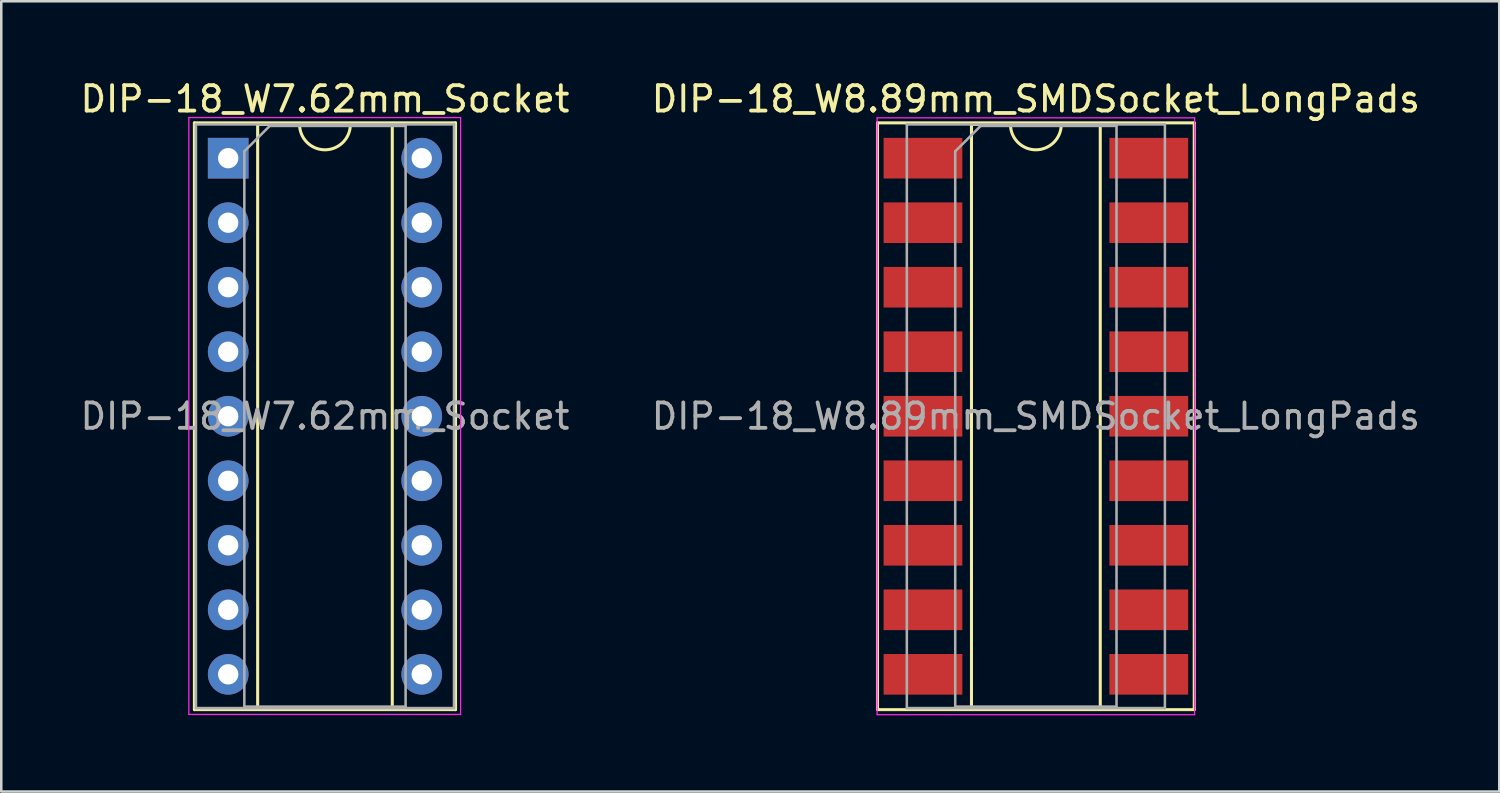
<source format=kicad_pcb>
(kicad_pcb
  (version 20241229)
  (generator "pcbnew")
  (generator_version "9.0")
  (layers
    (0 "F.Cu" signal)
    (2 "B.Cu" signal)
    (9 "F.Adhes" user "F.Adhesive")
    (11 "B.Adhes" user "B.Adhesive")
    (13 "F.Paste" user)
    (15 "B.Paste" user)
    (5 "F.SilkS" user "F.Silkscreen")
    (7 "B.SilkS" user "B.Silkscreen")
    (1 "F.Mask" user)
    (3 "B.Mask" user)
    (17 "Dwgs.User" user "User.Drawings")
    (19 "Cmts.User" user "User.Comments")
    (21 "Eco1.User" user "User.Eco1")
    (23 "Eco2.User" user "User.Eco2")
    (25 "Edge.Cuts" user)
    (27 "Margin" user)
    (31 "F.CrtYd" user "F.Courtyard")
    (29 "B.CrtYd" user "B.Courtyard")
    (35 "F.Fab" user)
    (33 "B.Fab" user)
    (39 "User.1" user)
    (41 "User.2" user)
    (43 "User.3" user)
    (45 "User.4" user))
  (footprint "DIP-18_W7.62mm_Socket"
    (layer "F.Cu")
    (at 5.934 3.178)
    (property "Reference" "DIP-18_W7.62mm_Socket" (at 3.81 -2.33 0) (layer "F.SilkS") (effects (font (size 1 1) (thickness 0.15))))
    (attr through_hole)
    (fp_line (start -1.33 -1.39) (end -1.33 21.71) (stroke (width 0.12) (type solid)) (layer "F.SilkS"))
    (fp_line (start -1.33 21.71) (end 8.95 21.71) (stroke (width 0.12) (type solid)) (layer "F.SilkS"))
    (fp_line (start 1.16 -1.33) (end 1.16 21.65) (stroke (width 0.12) (type solid)) (layer "F.SilkS"))
    (fp_line (start 1.16 21.65) (end 6.46 21.65) (stroke (width 0.12) (type solid)) (layer "F.SilkS"))
    (fp_line (start 2.81 -1.33) (end 1.16 -1.33) (stroke (width 0.12) (type solid)) (layer "F.SilkS"))
    (fp_line (start 6.46 -1.33) (end 4.81 -1.33) (stroke (width 0.12) (type solid)) (layer "F.SilkS"))
    (fp_line (start 6.46 21.65) (end 6.46 -1.33) (stroke (width 0.12) (type solid)) (layer "F.SilkS"))
    (fp_line (start 8.95 -1.39) (end -1.33 -1.39) (stroke (width 0.12) (type solid)) (layer "F.SilkS"))
    (fp_line (start 8.95 21.71) (end 8.95 -1.39) (stroke (width 0.12) (type solid)) (layer "F.SilkS"))
    (fp_arc (start 4.81 -1.33) (mid 3.81 -0.33) (end 2.81 -1.33) (stroke (width 0.12) (type solid)) (layer "F.SilkS"))
    (fp_line (start -1.55 -1.6) (end -1.55 21.9) (stroke (width 0.05) (type solid)) (layer "F.CrtYd"))
    (fp_line (start -1.55 21.9) (end 9.15 21.9) (stroke (width 0.05) (type solid)) (layer "F.CrtYd"))
    (fp_line (start 9.15 -1.6) (end -1.55 -1.6) (stroke (width 0.05) (type solid)) (layer "F.CrtYd"))
    (fp_line (start 9.15 21.9) (end 9.15 -1.6) (stroke (width 0.05) (type solid)) (layer "F.CrtYd"))
    (fp_line (start -1.27 -1.33) (end -1.27 21.65) (stroke (width 0.1) (type solid)) (layer "F.Fab"))
    (fp_line (start -1.27 21.65) (end 8.89 21.65) (stroke (width 0.1) (type solid)) (layer "F.Fab"))
    (fp_line (start 0.635 -0.27) (end 1.635 -1.27) (stroke (width 0.1) (type solid)) (layer "F.Fab"))
    (fp_line (start 0.635 21.59) (end 0.635 -0.27) (stroke (width 0.1) (type solid)) (layer "F.Fab"))
    (fp_line (start 1.635 -1.27) (end 6.985 -1.27) (stroke (width 0.1) (type solid)) (layer "F.Fab"))
    (fp_line (start 6.985 -1.27) (end 6.985 21.59) (stroke (width 0.1) (type solid)) (layer "F.Fab"))
    (fp_line (start 6.985 21.59) (end 0.635 21.59) (stroke (width 0.1) (type solid)) (layer "F.Fab"))
    (fp_line (start 8.89 -1.33) (end -1.27 -1.33) (stroke (width 0.1) (type solid)) (layer "F.Fab"))
    (fp_line (start 8.89 21.65) (end 8.89 -1.33) (stroke (width 0.1) (type solid)) (layer "F.Fab"))
    (fp_text user "${REFERENCE}" (at 3.81 10.16 0) (layer "F.Fab") (effects (font (size 1 1) (thickness 0.15))))
    (pad "1" thru_hole rect (at 0 0) (size 1.6 1.6) (drill 0.8) (layers "*.Cu" "*.Mask"))
    (pad "2" thru_hole oval (at 0 2.54) (size 1.6 1.6) (drill 0.8) (layers "*.Cu" "*.Mask"))
    (pad "3" thru_hole oval (at 0 5.08) (size 1.6 1.6) (drill 0.8) (layers "*.Cu" "*.Mask"))
    (pad "4" thru_hole oval (at 0 7.62) (size 1.6 1.6) (drill 0.8) (layers "*.Cu" "*.Mask"))
    (pad "5" thru_hole oval (at 0 10.16) (size 1.6 1.6) (drill 0.8) (layers "*.Cu" "*.Mask"))
    (pad "6" thru_hole oval (at 0 12.7) (size 1.6 1.6) (drill 0.8) (layers "*.Cu" "*.Mask"))
    (pad "7" thru_hole oval (at 0 15.24) (size 1.6 1.6) (drill 0.8) (layers "*.Cu" "*.Mask"))
    (pad "8" thru_hole oval (at 0 17.78) (size 1.6 1.6) (drill 0.8) (layers "*.Cu" "*.Mask"))
    (pad "9" thru_hole oval (at 0 20.32) (size 1.6 1.6) (drill 0.8) (layers "*.Cu" "*.Mask"))
    (pad "10" thru_hole oval (at 7.62 20.32) (size 1.6 1.6) (drill 0.8) (layers "*.Cu" "*.Mask"))
    (pad "11" thru_hole oval (at 7.62 17.78) (size 1.6 1.6) (drill 0.8) (layers "*.Cu" "*.Mask"))
    (pad "12" thru_hole oval (at 7.62 15.24) (size 1.6 1.6) (drill 0.8) (layers "*.Cu" "*.Mask"))
    (pad "13" thru_hole oval (at 7.62 12.7) (size 1.6 1.6) (drill 0.8) (layers "*.Cu" "*.Mask"))
    (pad "14" thru_hole oval (at 7.62 10.16) (size 1.6 1.6) (drill 0.8) (layers "*.Cu" "*.Mask"))
    (pad "15" thru_hole oval (at 7.62 7.62) (size 1.6 1.6) (drill 0.8) (layers "*.Cu" "*.Mask"))
    (pad "16" thru_hole oval (at 7.62 5.08) (size 1.6 1.6) (drill 0.8) (layers "*.Cu" "*.Mask"))
    (pad "17" thru_hole oval (at 7.62 2.54) (size 1.6 1.6) (drill 0.8) (layers "*.Cu" "*.Mask"))
    (pad "18" thru_hole oval (at 7.62 0) (size 1.6 1.6) (drill 0.8) (layers "*.Cu" "*.Mask")))
  (footprint "DIP-18_W8.89mm_SMDSocket_LongPads"
    (layer "F.Cu")
    (at 37.732 13.338)
    (property "Reference" "DIP-18_W8.89mm_SMDSocket_LongPads" (at 0 -12.49 0) (layer "F.SilkS") (effects (font (size 1 1) (thickness 0.15))))
    (attr smd)
    (fp_line (start -6.235 -11.55) (end -6.235 11.55) (stroke (width 0.12) (type solid)) (layer "F.SilkS"))
    (fp_line (start -6.235 11.55) (end 6.235 11.55) (stroke (width 0.12) (type solid)) (layer "F.SilkS"))
    (fp_line (start -2.535 -11.49) (end -2.535 11.49) (stroke (width 0.12) (type solid)) (layer "F.SilkS"))
    (fp_line (start -2.535 11.49) (end 2.535 11.49) (stroke (width 0.12) (type solid)) (layer "F.SilkS"))
    (fp_line (start -1 -11.49) (end -2.535 -11.49) (stroke (width 0.12) (type solid)) (layer "F.SilkS"))
    (fp_line (start 2.535 -11.49) (end 1 -11.49) (stroke (width 0.12) (type solid)) (layer "F.SilkS"))
    (fp_line (start 2.535 11.49) (end 2.535 -11.49) (stroke (width 0.12) (type solid)) (layer "F.SilkS"))
    (fp_line (start 6.235 -11.55) (end -6.235 -11.55) (stroke (width 0.12) (type solid)) (layer "F.SilkS"))
    (fp_line (start 6.235 11.55) (end 6.235 -11.55) (stroke (width 0.12) (type solid)) (layer "F.SilkS"))
    (fp_arc (start 1 -11.49) (mid 0 -10.49) (end -1 -11.49) (stroke (width 0.12) (type solid)) (layer "F.SilkS"))
    (fp_line (start -6.25 -11.75) (end -6.25 11.75) (stroke (width 0.05) (type solid)) (layer "F.CrtYd"))
    (fp_line (start -6.25 11.75) (end 6.25 11.75) (stroke (width 0.05) (type solid)) (layer "F.CrtYd"))
    (fp_line (start 6.25 -11.75) (end -6.25 -11.75) (stroke (width 0.05) (type solid)) (layer "F.CrtYd"))
    (fp_line (start 6.25 11.75) (end 6.25 -11.75) (stroke (width 0.05) (type solid)) (layer "F.CrtYd"))
    (fp_line (start -5.08 -11.49) (end -5.08 11.49) (stroke (width 0.1) (type solid)) (layer "F.Fab"))
    (fp_line (start -5.08 11.49) (end 5.08 11.49) (stroke (width 0.1) (type solid)) (layer "F.Fab"))
    (fp_line (start -3.175 -10.43) (end -2.175 -11.43) (stroke (width 0.1) (type solid)) (layer "F.Fab"))
    (fp_line (start -3.175 11.43) (end -3.175 -10.43) (stroke (width 0.1) (type solid)) (layer "F.Fab"))
    (fp_line (start -2.175 -11.43) (end 3.175 -11.43) (stroke (width 0.1) (type solid)) (layer "F.Fab"))
    (fp_line (start 3.175 -11.43) (end 3.175 11.43) (stroke (width 0.1) (type solid)) (layer "F.Fab"))
    (fp_line (start 3.175 11.43) (end -3.175 11.43) (stroke (width 0.1) (type solid)) (layer "F.Fab"))
    (fp_line (start 5.08 -11.49) (end -5.08 -11.49) (stroke (width 0.1) (type solid)) (layer "F.Fab"))
    (fp_line (start 5.08 11.49) (end 5.08 -11.49) (stroke (width 0.1) (type solid)) (layer "F.Fab"))
    (fp_text user "${REFERENCE}" (at 0 0 0) (layer "F.Fab") (effects (font (size 1 1) (thickness 0.15))))
    (pad "1" smd rect (at -4.445 -10.16) (size 3.1 1.6) (layers "F.Cu" "F.Mask" "F.Paste"))
    (pad "2" smd rect (at -4.445 -7.62) (size 3.1 1.6) (layers "F.Cu" "F.Mask" "F.Paste"))
    (pad "3" smd rect (at -4.445 -5.08) (size 3.1 1.6) (layers "F.Cu" "F.Mask" "F.Paste"))
    (pad "4" smd rect (at -4.445 -2.54) (size 3.1 1.6) (layers "F.Cu" "F.Mask" "F.Paste"))
    (pad "5" smd rect (at -4.445 0) (size 3.1 1.6) (layers "F.Cu" "F.Mask" "F.Paste"))
    (pad "6" smd rect (at -4.445 2.54) (size 3.1 1.6) (layers "F.Cu" "F.Mask" "F.Paste"))
    (pad "7" smd rect (at -4.445 5.08) (size 3.1 1.6) (layers "F.Cu" "F.Mask" "F.Paste"))
    (pad "8" smd rect (at -4.445 7.62) (size 3.1 1.6) (layers "F.Cu" "F.Mask" "F.Paste"))
    (pad "9" smd rect (at -4.445 10.16) (size 3.1 1.6) (layers "F.Cu" "F.Mask" "F.Paste"))
    (pad "10" smd rect (at 4.445 10.16) (size 3.1 1.6) (layers "F.Cu" "F.Mask" "F.Paste"))
    (pad "11" smd rect (at 4.445 7.62) (size 3.1 1.6) (layers "F.Cu" "F.Mask" "F.Paste"))
    (pad "12" smd rect (at 4.445 5.08) (size 3.1 1.6) (layers "F.Cu" "F.Mask" "F.Paste"))
    (pad "13" smd rect (at 4.445 2.54) (size 3.1 1.6) (layers "F.Cu" "F.Mask" "F.Paste"))
    (pad "14" smd rect (at 4.445 0) (size 3.1 1.6) (layers "F.Cu" "F.Mask" "F.Paste"))
    (pad "15" smd rect (at 4.445 -2.54) (size 3.1 1.6) (layers "F.Cu" "F.Mask" "F.Paste"))
    (pad "16" smd rect (at 4.445 -5.08) (size 3.1 1.6) (layers "F.Cu" "F.Mask" "F.Paste"))
    (pad "17" smd rect (at 4.445 -7.62) (size 3.1 1.6) (layers "F.Cu" "F.Mask" "F.Paste"))
    (pad "18" smd rect (at 4.445 -10.16) (size 3.1 1.6) (layers "F.Cu" "F.Mask" "F.Paste")))
  (gr_rect
    (start -3 -3)
    (end 55.976 28.113)
    (stroke (width 0.1) (type default))
    (fill no)
    (layer "Edge.Cuts")))
</source>
